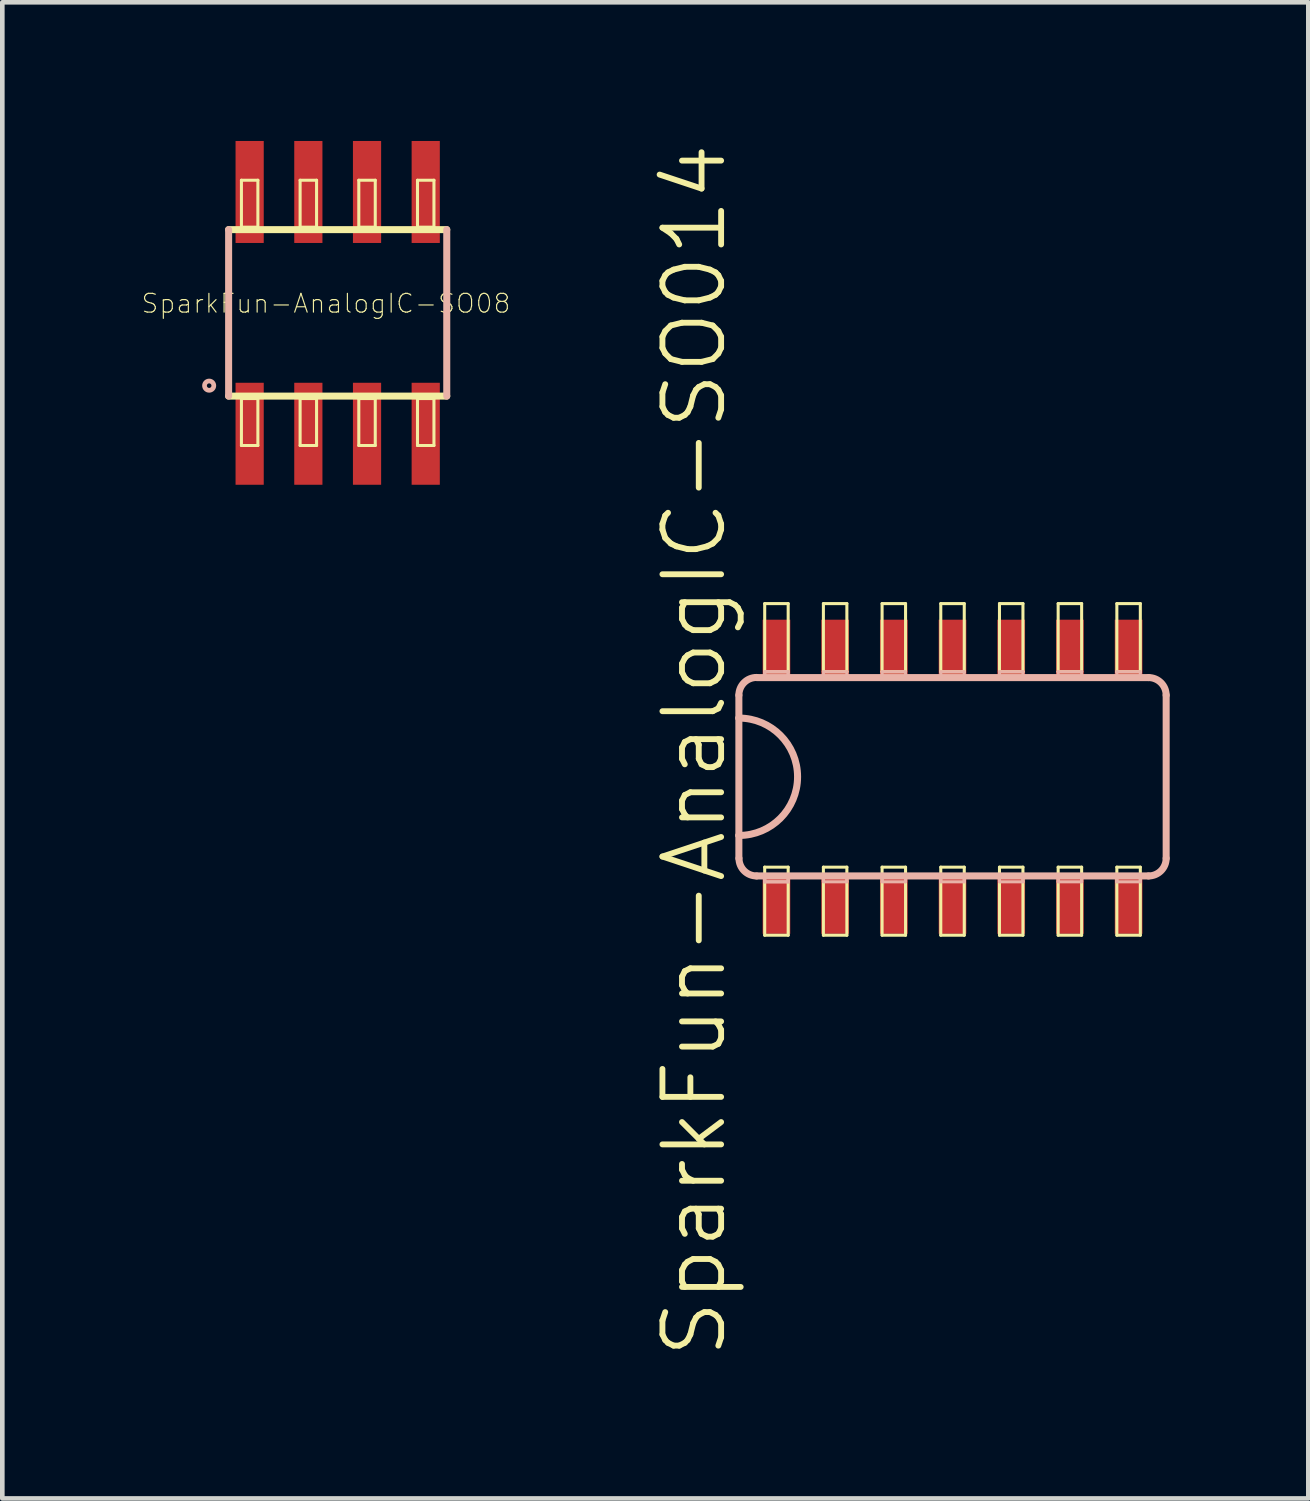
<source format=kicad_pcb>
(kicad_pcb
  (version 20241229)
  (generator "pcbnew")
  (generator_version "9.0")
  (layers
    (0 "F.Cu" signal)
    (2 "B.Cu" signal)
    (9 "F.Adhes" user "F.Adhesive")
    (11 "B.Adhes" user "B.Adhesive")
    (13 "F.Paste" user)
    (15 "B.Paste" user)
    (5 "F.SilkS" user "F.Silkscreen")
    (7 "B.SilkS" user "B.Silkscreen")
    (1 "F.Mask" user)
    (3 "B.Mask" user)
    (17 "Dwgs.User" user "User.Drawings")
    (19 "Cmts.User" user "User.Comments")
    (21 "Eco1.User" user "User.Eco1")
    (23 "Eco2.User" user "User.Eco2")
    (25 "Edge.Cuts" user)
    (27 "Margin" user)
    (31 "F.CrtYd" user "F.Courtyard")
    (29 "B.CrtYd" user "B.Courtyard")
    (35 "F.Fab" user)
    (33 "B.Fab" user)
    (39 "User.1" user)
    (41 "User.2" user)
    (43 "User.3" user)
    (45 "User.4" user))
  (footprint "SparkFun-AnalogIC-SO014"
    (layer "F.Cu")
    (at 16.926 13.758)
    (property "Reference" "SparkFun-AnalogIC-SO014" (at -4.953 -0.572 90) (layer "F.SilkS") (effects (font (size 1.27 1.27) (thickness 0.127))))
    (attr smd)
    (fp_line (start -3.429 -3.747) (end -2.921 -3.747) (stroke (width 0.066) (type solid)) (layer "F.SilkS"))
    (fp_line (start -3.429 -2.273) (end -3.429 -3.747) (stroke (width 0.066) (type solid)) (layer "F.SilkS"))
    (fp_line (start -3.429 -2.273) (end -2.921 -2.273) (stroke (width 0.066) (type solid)) (layer "F.SilkS"))
    (fp_line (start -3.429 1.956) (end -2.921 1.956) (stroke (width 0.066) (type solid)) (layer "F.SilkS"))
    (fp_line (start -3.429 3.429) (end -3.429 1.956) (stroke (width 0.066) (type solid)) (layer "F.SilkS"))
    (fp_line (start -3.429 3.429) (end -2.921 3.429) (stroke (width 0.066) (type solid)) (layer "F.SilkS"))
    (fp_line (start -2.921 -2.273) (end -2.921 -3.747) (stroke (width 0.066) (type solid)) (layer "F.SilkS"))
    (fp_line (start -2.921 3.429) (end -2.921 1.956) (stroke (width 0.066) (type solid)) (layer "F.SilkS"))
    (fp_line (start -2.159 -3.747) (end -1.651 -3.747) (stroke (width 0.066) (type solid)) (layer "F.SilkS"))
    (fp_line (start -2.159 -2.273) (end -2.159 -3.747) (stroke (width 0.066) (type solid)) (layer "F.SilkS"))
    (fp_line (start -2.159 -2.273) (end -1.651 -2.273) (stroke (width 0.066) (type solid)) (layer "F.SilkS"))
    (fp_line (start -2.159 1.956) (end -1.651 1.956) (stroke (width 0.066) (type solid)) (layer "F.SilkS"))
    (fp_line (start -2.159 3.429) (end -2.159 1.956) (stroke (width 0.066) (type solid)) (layer "F.SilkS"))
    (fp_line (start -2.159 3.429) (end -1.651 3.429) (stroke (width 0.066) (type solid)) (layer "F.SilkS"))
    (fp_line (start -1.651 -2.273) (end -1.651 -3.747) (stroke (width 0.066) (type solid)) (layer "F.SilkS"))
    (fp_line (start -1.651 3.429) (end -1.651 1.956) (stroke (width 0.066) (type solid)) (layer "F.SilkS"))
    (fp_line (start -0.889 -3.747) (end -0.381 -3.747) (stroke (width 0.066) (type solid)) (layer "F.SilkS"))
    (fp_line (start -0.889 -2.273) (end -0.889 -3.747) (stroke (width 0.066) (type solid)) (layer "F.SilkS"))
    (fp_line (start -0.889 -2.273) (end -0.381 -2.273) (stroke (width 0.066) (type solid)) (layer "F.SilkS"))
    (fp_line (start -0.889 1.956) (end -0.381 1.956) (stroke (width 0.066) (type solid)) (layer "F.SilkS"))
    (fp_line (start -0.889 3.429) (end -0.889 1.956) (stroke (width 0.066) (type solid)) (layer "F.SilkS"))
    (fp_line (start -0.889 3.429) (end -0.381 3.429) (stroke (width 0.066) (type solid)) (layer "F.SilkS"))
    (fp_line (start -0.381 -2.273) (end -0.381 -3.747) (stroke (width 0.066) (type solid)) (layer "F.SilkS"))
    (fp_line (start -0.381 3.429) (end -0.381 1.956) (stroke (width 0.066) (type solid)) (layer "F.SilkS"))
    (fp_line (start 0.381 -3.747) (end 0.889 -3.747) (stroke (width 0.066) (type solid)) (layer "F.SilkS"))
    (fp_line (start 0.381 -2.273) (end 0.381 -3.747) (stroke (width 0.066) (type solid)) (layer "F.SilkS"))
    (fp_line (start 0.381 -2.273) (end 0.889 -2.273) (stroke (width 0.066) (type solid)) (layer "F.SilkS"))
    (fp_line (start 0.381 1.956) (end 0.889 1.956) (stroke (width 0.066) (type solid)) (layer "F.SilkS"))
    (fp_line (start 0.381 3.429) (end 0.381 1.956) (stroke (width 0.066) (type solid)) (layer "F.SilkS"))
    (fp_line (start 0.381 3.429) (end 0.889 3.429) (stroke (width 0.066) (type solid)) (layer "F.SilkS"))
    (fp_line (start 0.889 -2.273) (end 0.889 -3.747) (stroke (width 0.066) (type solid)) (layer "F.SilkS"))
    (fp_line (start 0.889 3.429) (end 0.889 1.956) (stroke (width 0.066) (type solid)) (layer "F.SilkS"))
    (fp_line (start 1.651 -3.747) (end 2.159 -3.747) (stroke (width 0.066) (type solid)) (layer "F.SilkS"))
    (fp_line (start 1.651 -2.273) (end 1.651 -3.747) (stroke (width 0.066) (type solid)) (layer "F.SilkS"))
    (fp_line (start 1.651 -2.273) (end 2.159 -2.273) (stroke (width 0.066) (type solid)) (layer "F.SilkS"))
    (fp_line (start 1.651 1.956) (end 2.159 1.956) (stroke (width 0.066) (type solid)) (layer "F.SilkS"))
    (fp_line (start 1.651 3.429) (end 1.651 1.956) (stroke (width 0.066) (type solid)) (layer "F.SilkS"))
    (fp_line (start 1.651 3.429) (end 2.159 3.429) (stroke (width 0.066) (type solid)) (layer "F.SilkS"))
    (fp_line (start 2.159 -2.273) (end 2.159 -3.747) (stroke (width 0.066) (type solid)) (layer "F.SilkS"))
    (fp_line (start 2.159 3.429) (end 2.159 1.956) (stroke (width 0.066) (type solid)) (layer "F.SilkS"))
    (fp_line (start 2.921 -3.747) (end 3.429 -3.747) (stroke (width 0.066) (type solid)) (layer "F.SilkS"))
    (fp_line (start 2.921 -2.273) (end 2.921 -3.747) (stroke (width 0.066) (type solid)) (layer "F.SilkS"))
    (fp_line (start 2.921 -2.273) (end 3.429 -2.273) (stroke (width 0.066) (type solid)) (layer "F.SilkS"))
    (fp_line (start 2.921 1.956) (end 3.429 1.956) (stroke (width 0.066) (type solid)) (layer "F.SilkS"))
    (fp_line (start 2.921 3.429) (end 2.921 1.956) (stroke (width 0.066) (type solid)) (layer "F.SilkS"))
    (fp_line (start 2.921 3.429) (end 3.429 3.429) (stroke (width 0.066) (type solid)) (layer "F.SilkS"))
    (fp_line (start 3.429 -2.273) (end 3.429 -3.747) (stroke (width 0.066) (type solid)) (layer "F.SilkS"))
    (fp_line (start 3.429 3.429) (end 3.429 1.956) (stroke (width 0.066) (type solid)) (layer "F.SilkS"))
    (fp_line (start 4.191 -3.747) (end 4.699 -3.747) (stroke (width 0.066) (type solid)) (layer "F.SilkS"))
    (fp_line (start 4.191 -2.273) (end 4.191 -3.747) (stroke (width 0.066) (type solid)) (layer "F.SilkS"))
    (fp_line (start 4.191 -2.273) (end 4.699 -2.273) (stroke (width 0.066) (type solid)) (layer "F.SilkS"))
    (fp_line (start 4.191 1.956) (end 4.699 1.956) (stroke (width 0.066) (type solid)) (layer "F.SilkS"))
    (fp_line (start 4.191 3.429) (end 4.191 1.956) (stroke (width 0.066) (type solid)) (layer "F.SilkS"))
    (fp_line (start 4.191 3.429) (end 4.699 3.429) (stroke (width 0.066) (type solid)) (layer "F.SilkS"))
    (fp_line (start 4.699 -2.273) (end 4.699 -3.747) (stroke (width 0.066) (type solid)) (layer "F.SilkS"))
    (fp_line (start 4.699 3.429) (end 4.699 1.956) (stroke (width 0.066) (type solid)) (layer "F.SilkS"))
    (fp_line (start -3.988 -1.765) (end -3.988 -1.27) (stroke (width 0.152) (type solid)) (layer "B.SilkS"))
    (fp_line (start -3.988 -1.27) (end -3.988 1.27) (stroke (width 0.152) (type solid)) (layer "B.SilkS"))
    (fp_line (start -3.988 1.27) (end -3.988 1.765) (stroke (width 0.152) (type solid)) (layer "B.SilkS"))
    (fp_line (start -3.604 2.146) (end 4.877 2.146) (stroke (width 0.152) (type solid)) (layer "B.SilkS"))
    (fp_line (start -3.429 -2.273) (end -2.921 -2.273) (stroke (width 0.066) (type solid)) (layer "B.SilkS"))
    (fp_line (start -3.429 -2.273) (end -2.921 -2.273) (stroke (width 0.066) (type solid)) (layer "B.SilkS"))
    (fp_line (start -3.429 -2.146) (end -3.429 -2.273) (stroke (width 0.066) (type solid)) (layer "B.SilkS"))
    (fp_line (start -3.429 -2.146) (end -3.429 -2.273) (stroke (width 0.066) (type solid)) (layer "B.SilkS"))
    (fp_line (start -3.429 -2.146) (end -2.921 -2.146) (stroke (width 0.066) (type solid)) (layer "B.SilkS"))
    (fp_line (start -3.429 -2.146) (end -2.921 -2.146) (stroke (width 0.066) (type solid)) (layer "B.SilkS"))
    (fp_line (start -3.429 2.146) (end -2.921 2.146) (stroke (width 0.066) (type solid)) (layer "B.SilkS"))
    (fp_line (start -3.429 2.146) (end -2.921 2.146) (stroke (width 0.066) (type solid)) (layer "B.SilkS"))
    (fp_line (start -3.429 2.273) (end -3.429 2.146) (stroke (width 0.066) (type solid)) (layer "B.SilkS"))
    (fp_line (start -3.429 2.273) (end -3.429 2.146) (stroke (width 0.066) (type solid)) (layer "B.SilkS"))
    (fp_line (start -3.429 2.273) (end -2.921 2.273) (stroke (width 0.066) (type solid)) (layer "B.SilkS"))
    (fp_line (start -3.429 2.273) (end -2.921 2.273) (stroke (width 0.066) (type solid)) (layer "B.SilkS"))
    (fp_line (start -2.921 -2.146) (end -2.921 -2.273) (stroke (width 0.066) (type solid)) (layer "B.SilkS"))
    (fp_line (start -2.921 -2.146) (end -2.921 -2.273) (stroke (width 0.066) (type solid)) (layer "B.SilkS"))
    (fp_line (start -2.921 2.273) (end -2.921 2.146) (stroke (width 0.066) (type solid)) (layer "B.SilkS"))
    (fp_line (start -2.921 2.273) (end -2.921 2.146) (stroke (width 0.066) (type solid)) (layer "B.SilkS"))
    (fp_line (start -2.159 -2.273) (end -1.651 -2.273) (stroke (width 0.066) (type solid)) (layer "B.SilkS"))
    (fp_line (start -2.159 -2.146) (end -2.159 -2.273) (stroke (width 0.066) (type solid)) (layer "B.SilkS"))
    (fp_line (start -2.159 -2.146) (end -1.651 -2.146) (stroke (width 0.066) (type solid)) (layer "B.SilkS"))
    (fp_line (start -2.159 2.146) (end -1.651 2.146) (stroke (width 0.066) (type solid)) (layer "B.SilkS"))
    (fp_line (start -2.159 2.273) (end -2.159 2.146) (stroke (width 0.066) (type solid)) (layer "B.SilkS"))
    (fp_line (start -2.159 2.273) (end -1.651 2.273) (stroke (width 0.066) (type solid)) (layer "B.SilkS"))
    (fp_line (start -1.651 -2.146) (end -1.651 -2.273) (stroke (width 0.066) (type solid)) (layer "B.SilkS"))
    (fp_line (start -1.651 2.273) (end -1.651 2.146) (stroke (width 0.066) (type solid)) (layer "B.SilkS"))
    (fp_line (start -0.889 -2.273) (end -0.381 -2.273) (stroke (width 0.066) (type solid)) (layer "B.SilkS"))
    (fp_line (start -0.889 -2.146) (end -0.889 -2.273) (stroke (width 0.066) (type solid)) (layer "B.SilkS"))
    (fp_line (start -0.889 -2.146) (end -0.381 -2.146) (stroke (width 0.066) (type solid)) (layer "B.SilkS"))
    (fp_line (start -0.889 2.146) (end -0.381 2.146) (stroke (width 0.066) (type solid)) (layer "B.SilkS"))
    (fp_line (start -0.889 2.273) (end -0.889 2.146) (stroke (width 0.066) (type solid)) (layer "B.SilkS"))
    (fp_line (start -0.889 2.273) (end -0.381 2.273) (stroke (width 0.066) (type solid)) (layer "B.SilkS"))
    (fp_line (start -0.381 -2.146) (end -0.381 -2.273) (stroke (width 0.066) (type solid)) (layer "B.SilkS"))
    (fp_line (start -0.381 2.273) (end -0.381 2.146) (stroke (width 0.066) (type solid)) (layer "B.SilkS"))
    (fp_line (start 0.381 -2.273) (end 0.889 -2.273) (stroke (width 0.066) (type solid)) (layer "B.SilkS"))
    (fp_line (start 0.381 -2.146) (end 0.381 -2.273) (stroke (width 0.066) (type solid)) (layer "B.SilkS"))
    (fp_line (start 0.381 -2.146) (end 0.889 -2.146) (stroke (width 0.066) (type solid)) (layer "B.SilkS"))
    (fp_line (start 0.381 2.146) (end 0.889 2.146) (stroke (width 0.066) (type solid)) (layer "B.SilkS"))
    (fp_line (start 0.381 2.273) (end 0.381 2.146) (stroke (width 0.066) (type solid)) (layer "B.SilkS"))
    (fp_line (start 0.381 2.273) (end 0.889 2.273) (stroke (width 0.066) (type solid)) (layer "B.SilkS"))
    (fp_line (start 0.889 -2.146) (end 0.889 -2.273) (stroke (width 0.066) (type solid)) (layer "B.SilkS"))
    (fp_line (start 0.889 2.273) (end 0.889 2.146) (stroke (width 0.066) (type solid)) (layer "B.SilkS"))
    (fp_line (start 1.651 -2.273) (end 2.159 -2.273) (stroke (width 0.066) (type solid)) (layer "B.SilkS"))
    (fp_line (start 1.651 -2.146) (end 1.651 -2.273) (stroke (width 0.066) (type solid)) (layer "B.SilkS"))
    (fp_line (start 1.651 -2.146) (end 2.159 -2.146) (stroke (width 0.066) (type solid)) (layer "B.SilkS"))
    (fp_line (start 1.651 2.146) (end 2.159 2.146) (stroke (width 0.066) (type solid)) (layer "B.SilkS"))
    (fp_line (start 1.651 2.273) (end 1.651 2.146) (stroke (width 0.066) (type solid)) (layer "B.SilkS"))
    (fp_line (start 1.651 2.273) (end 2.159 2.273) (stroke (width 0.066) (type solid)) (layer "B.SilkS"))
    (fp_line (start 2.159 -2.146) (end 2.159 -2.273) (stroke (width 0.066) (type solid)) (layer "B.SilkS"))
    (fp_line (start 2.159 2.273) (end 2.159 2.146) (stroke (width 0.066) (type solid)) (layer "B.SilkS"))
    (fp_line (start 2.921 -2.273) (end 3.429 -2.273) (stroke (width 0.066) (type solid)) (layer "B.SilkS"))
    (fp_line (start 2.921 -2.146) (end 2.921 -2.273) (stroke (width 0.066) (type solid)) (layer "B.SilkS"))
    (fp_line (start 2.921 -2.146) (end 3.429 -2.146) (stroke (width 0.066) (type solid)) (layer "B.SilkS"))
    (fp_line (start 2.921 2.146) (end 3.429 2.146) (stroke (width 0.066) (type solid)) (layer "B.SilkS"))
    (fp_line (start 2.921 2.273) (end 2.921 2.146) (stroke (width 0.066) (type solid)) (layer "B.SilkS"))
    (fp_line (start 2.921 2.273) (end 3.429 2.273) (stroke (width 0.066) (type solid)) (layer "B.SilkS"))
    (fp_line (start 3.429 -2.146) (end 3.429 -2.273) (stroke (width 0.066) (type solid)) (layer "B.SilkS"))
    (fp_line (start 3.429 2.273) (end 3.429 2.146) (stroke (width 0.066) (type solid)) (layer "B.SilkS"))
    (fp_line (start 4.191 -2.273) (end 4.699 -2.273) (stroke (width 0.066) (type solid)) (layer "B.SilkS"))
    (fp_line (start 4.191 -2.146) (end 4.191 -2.273) (stroke (width 0.066) (type solid)) (layer "B.SilkS"))
    (fp_line (start 4.191 -2.146) (end 4.699 -2.146) (stroke (width 0.066) (type solid)) (layer "B.SilkS"))
    (fp_line (start 4.191 2.146) (end 4.699 2.146) (stroke (width 0.066) (type solid)) (layer "B.SilkS"))
    (fp_line (start 4.191 2.273) (end 4.191 2.146) (stroke (width 0.066) (type solid)) (layer "B.SilkS"))
    (fp_line (start 4.191 2.273) (end 4.699 2.273) (stroke (width 0.066) (type solid)) (layer "B.SilkS"))
    (fp_line (start 4.699 -2.146) (end 4.699 -2.273) (stroke (width 0.066) (type solid)) (layer "B.SilkS"))
    (fp_line (start 4.699 2.273) (end 4.699 2.146) (stroke (width 0.066) (type solid)) (layer "B.SilkS"))
    (fp_line (start 4.877 -2.146) (end -3.604 -2.146) (stroke (width 0.152) (type solid)) (layer "B.SilkS"))
    (fp_line (start 5.258 1.765) (end 5.258 -1.765) (stroke (width 0.152) (type solid)) (layer "B.SilkS"))
    (fp_arc (start -3.9878 -1.7653) (mid -3.875464 -2.036504) (end -3.60426 -2.14884) (stroke (width 0.1524) (type solid)) (layer "B.SilkS"))
    (fp_arc (start -3.9878 -1.27) (mid -2.7178 0) (end -3.9878 1.27) (stroke (width 0.1524) (type solid)) (layer "B.SilkS"))
    (fp_arc (start -3.60426 2.1463) (mid -3.873668 2.034708) (end -3.98526 1.7653) (stroke (width 0.1524) (type solid)) (layer "B.SilkS"))
    (fp_arc (start 4.8768 -2.1463) (mid 5.146208 -2.034708) (end 5.2578 -1.7653) (stroke (width 0.1524) (type solid)) (layer "B.SilkS"))
    (fp_arc (start 5.2578 1.7653) (mid 5.146208 2.034708) (end 4.8768 2.1463) (stroke (width 0.1524) (type solid)) (layer "B.SilkS"))
    (pad "1" smd rect (at -3.175 2.799) (size 0.599 1.199) (layers "F.Cu" "F.Mask" "F.Paste"))
    (pad "2" smd rect (at -1.905 2.799) (size 0.599 1.199) (layers "F.Cu" "F.Mask" "F.Paste"))
    (pad "3" smd rect (at -0.635 2.799) (size 0.599 1.199) (layers "F.Cu" "F.Mask" "F.Paste"))
    (pad "4" smd rect (at 0.635 2.799) (size 0.599 1.199) (layers "F.Cu" "F.Mask" "F.Paste"))
    (pad "5" smd rect (at 1.905 2.799) (size 0.599 1.199) (layers "F.Cu" "F.Mask" "F.Paste"))
    (pad "6" smd rect (at 3.175 2.799) (size 0.599 1.199) (layers "F.Cu" "F.Mask" "F.Paste"))
    (pad "7" smd rect (at 4.445 2.799) (size 0.599 1.199) (layers "F.Cu" "F.Mask" "F.Paste"))
    (pad "8" smd rect (at 4.445 -2.799) (size 0.599 1.199) (layers "F.Cu" "F.Mask" "F.Paste"))
    (pad "9" smd rect (at 3.175 -2.799) (size 0.599 1.199) (layers "F.Cu" "F.Mask" "F.Paste"))
    (pad "10" smd rect (at 1.905 -2.799) (size 0.599 1.199) (layers "F.Cu" "F.Mask" "F.Paste"))
    (pad "11" smd rect (at 0.635 -2.799) (size 0.599 1.199) (layers "F.Cu" "F.Mask" "F.Paste"))
    (pad "12" smd rect (at -0.635 -2.799) (size 0.599 1.199) (layers "F.Cu" "F.Mask" "F.Paste"))
    (pad "13" smd rect (at -1.905 -2.799) (size 0.599 1.199) (layers "F.Cu" "F.Mask" "F.Paste"))
    (pad "14" smd rect (at -3.175 -2.799) (size 0.599 1.199) (layers "F.Cu" "F.Mask" "F.Paste")))
  (footprint "SparkFun-AnalogIC-SO08"
    (layer "F.Cu")
    (at 4.257 3.72)
    (property "Reference" "SparkFun-AnalogIC-SO08" (at -0.254 -0.203 0) (layer "F.SilkS") (effects (font (size 0.406 0.406) (thickness 0.025))))
    (attr smd)
    (fp_line (start -2.36 1.801) (end 2.36 1.801) (stroke (width 0.152) (type solid)) (layer "F.SilkS"))
    (fp_line (start -2.083 -2.87) (end -1.727 -2.87) (stroke (width 0.066) (type solid)) (layer "F.SilkS"))
    (fp_line (start -2.083 -1.854) (end -2.083 -2.87) (stroke (width 0.066) (type solid)) (layer "F.SilkS"))
    (fp_line (start -2.083 -1.854) (end -1.727 -1.854) (stroke (width 0.066) (type solid)) (layer "F.SilkS"))
    (fp_line (start -2.083 1.854) (end -1.727 1.854) (stroke (width 0.066) (type solid)) (layer "F.SilkS"))
    (fp_line (start -2.083 2.87) (end -2.083 1.854) (stroke (width 0.066) (type solid)) (layer "F.SilkS"))
    (fp_line (start -2.083 2.87) (end -1.727 2.87) (stroke (width 0.066) (type solid)) (layer "F.SilkS"))
    (fp_line (start -1.727 -1.854) (end -1.727 -2.87) (stroke (width 0.066) (type solid)) (layer "F.SilkS"))
    (fp_line (start -1.727 2.87) (end -1.727 1.854) (stroke (width 0.066) (type solid)) (layer "F.SilkS"))
    (fp_line (start -0.813 -2.87) (end -0.457 -2.87) (stroke (width 0.066) (type solid)) (layer "F.SilkS"))
    (fp_line (start -0.813 -1.854) (end -0.813 -2.87) (stroke (width 0.066) (type solid)) (layer "F.SilkS"))
    (fp_line (start -0.813 -1.854) (end -0.457 -1.854) (stroke (width 0.066) (type solid)) (layer "F.SilkS"))
    (fp_line (start -0.813 1.854) (end -0.457 1.854) (stroke (width 0.066) (type solid)) (layer "F.SilkS"))
    (fp_line (start -0.813 2.87) (end -0.813 1.854) (stroke (width 0.066) (type solid)) (layer "F.SilkS"))
    (fp_line (start -0.813 2.87) (end -0.457 2.87) (stroke (width 0.066) (type solid)) (layer "F.SilkS"))
    (fp_line (start -0.457 -1.854) (end -0.457 -2.87) (stroke (width 0.066) (type solid)) (layer "F.SilkS"))
    (fp_line (start -0.457 2.87) (end -0.457 1.854) (stroke (width 0.066) (type solid)) (layer "F.SilkS"))
    (fp_line (start 0.457 -2.87) (end 0.813 -2.87) (stroke (width 0.066) (type solid)) (layer "F.SilkS"))
    (fp_line (start 0.457 -1.854) (end 0.457 -2.87) (stroke (width 0.066) (type solid)) (layer "F.SilkS"))
    (fp_line (start 0.457 -1.854) (end 0.813 -1.854) (stroke (width 0.066) (type solid)) (layer "F.SilkS"))
    (fp_line (start 0.457 1.854) (end 0.813 1.854) (stroke (width 0.066) (type solid)) (layer "F.SilkS"))
    (fp_line (start 0.457 2.87) (end 0.457 1.854) (stroke (width 0.066) (type solid)) (layer "F.SilkS"))
    (fp_line (start 0.457 2.87) (end 0.813 2.87) (stroke (width 0.066) (type solid)) (layer "F.SilkS"))
    (fp_line (start 0.813 -1.854) (end 0.813 -2.87) (stroke (width 0.066) (type solid)) (layer "F.SilkS"))
    (fp_line (start 0.813 2.87) (end 0.813 1.854) (stroke (width 0.066) (type solid)) (layer "F.SilkS"))
    (fp_line (start 1.727 -2.87) (end 2.083 -2.87) (stroke (width 0.066) (type solid)) (layer "F.SilkS"))
    (fp_line (start 1.727 -1.854) (end 1.727 -2.87) (stroke (width 0.066) (type solid)) (layer "F.SilkS"))
    (fp_line (start 1.727 -1.854) (end 2.083 -1.854) (stroke (width 0.066) (type solid)) (layer "F.SilkS"))
    (fp_line (start 1.727 1.854) (end 2.083 1.854) (stroke (width 0.066) (type solid)) (layer "F.SilkS"))
    (fp_line (start 1.727 2.87) (end 1.727 1.854) (stroke (width 0.066) (type solid)) (layer "F.SilkS"))
    (fp_line (start 1.727 2.87) (end 2.083 2.87) (stroke (width 0.066) (type solid)) (layer "F.SilkS"))
    (fp_line (start 2.083 -1.854) (end 2.083 -2.87) (stroke (width 0.066) (type solid)) (layer "F.SilkS"))
    (fp_line (start 2.083 2.87) (end 2.083 1.854) (stroke (width 0.066) (type solid)) (layer "F.SilkS"))
    (fp_line (start 2.36 -1.801) (end -2.36 -1.801) (stroke (width 0.152) (type solid)) (layer "F.SilkS"))
    (fp_line (start -2.36 -1.801) (end -2.36 1.801) (stroke (width 0.152) (type solid)) (layer "B.SilkS"))
    (fp_line (start 2.36 1.801) (end 2.36 -1.801) (stroke (width 0.152) (type solid)) (layer "B.SilkS"))
    (fp_circle (center -2.781 1.575) (end -2.852 1.646) (stroke (width 0.102) (type solid)) (fill no) (layer "B.SilkS"))
    (pad "1" smd rect (at -1.905 2.616) (size 0.61 2.207) (layers "F.Cu" "F.Mask" "F.Paste"))
    (pad "2" smd rect (at -0.635 2.616) (size 0.61 2.207) (layers "F.Cu" "F.Mask" "F.Paste"))
    (pad "3" smd rect (at 0.635 2.616) (size 0.61 2.207) (layers "F.Cu" "F.Mask" "F.Paste"))
    (pad "4" smd rect (at 1.905 2.616) (size 0.61 2.207) (layers "F.Cu" "F.Mask" "F.Paste"))
    (pad "5" smd rect (at 1.905 -2.616) (size 0.61 2.207) (layers "F.Cu" "F.Mask" "F.Paste"))
    (pad "6" smd rect (at 0.635 -2.616) (size 0.61 2.207) (layers "F.Cu" "F.Mask" "F.Paste"))
    (pad "7" smd rect (at -0.635 -2.616) (size 0.61 2.207) (layers "F.Cu" "F.Mask" "F.Paste"))
    (pad "8" smd rect (at -1.905 -2.616) (size 0.61 2.207) (layers "F.Cu" "F.Mask" "F.Paste")))
  (gr_rect
    (start -3 -3)
    (end 25.26 29.374)
    (stroke (width 0.1) (type default))
    (fill no)
    (layer "Edge.Cuts")))
</source>
